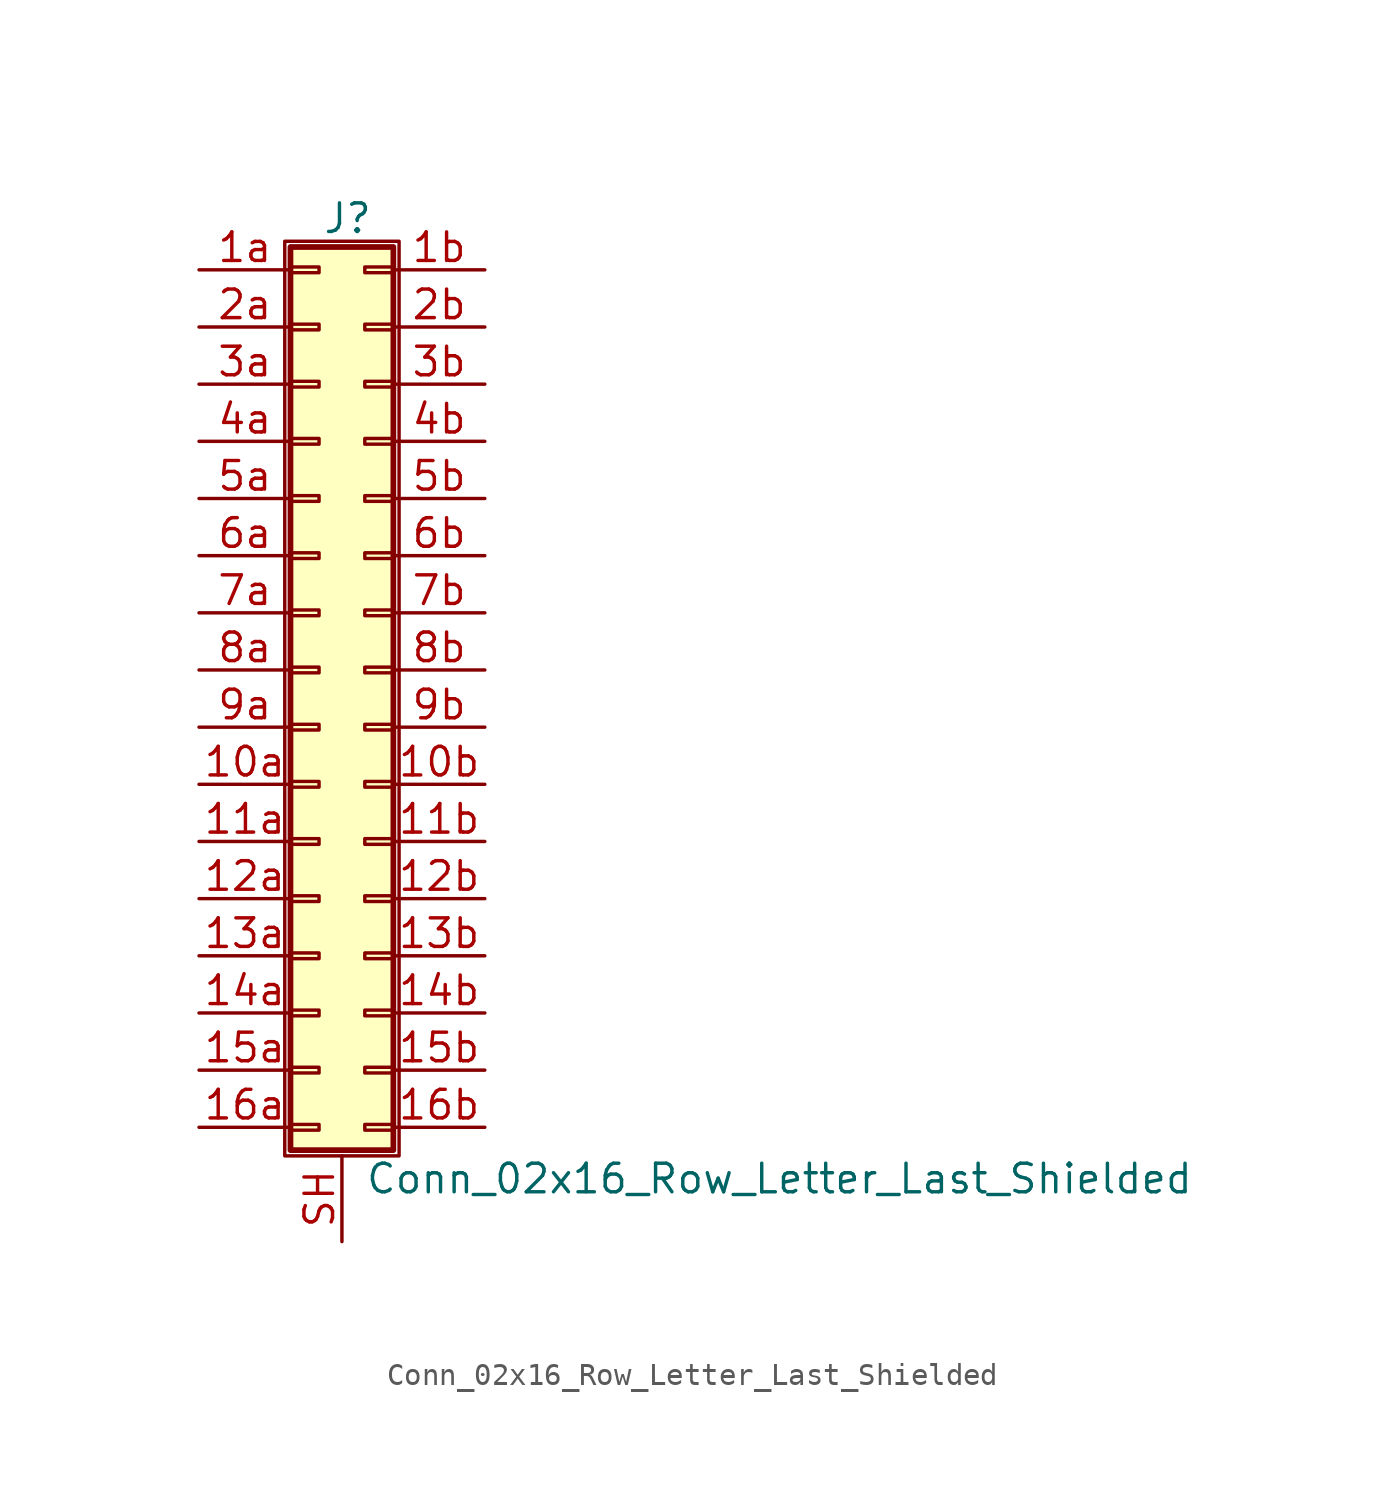
<source format=kicad_sym>
(kicad_symbol_lib
  (version 20220914)
  (generator kicad_symbol_editor)
  (symbol "Conn_02x16_Row_Letter_Last_Shielded"
    (pin_names
      (offset 1.016) hide)
    (property "Reference" "J"
      (at 1.524 20.066 0)
      (effects (font (size 1.27 1.27))))
    (property "Value" "Conn_02x16_Row_Letter_Last_Shielded"
      (at 2.286 -22.606 0)
      (effects (font (size 1.27 1.27)) (justify left)))
    (symbol "Conn_02x16_Row_Letter_Last_Shielded_1_1"
      (rectangle (start -1.27 19.05) (end 3.81 -21.59) (stroke (width 0.152) (type default)) (fill (type none)))
      (rectangle (start -1.016 -20.193) (end 0.254 -20.447) (stroke (width 0.152) (type default)) (fill (type none)))
      (rectangle (start -1.016 -17.653) (end 0.254 -17.907) (stroke (width 0.152) (type default)) (fill (type none)))
      (rectangle (start -1.016 -15.113) (end 0.254 -15.367) (stroke (width 0.152) (type default)) (fill (type none)))
      (rectangle (start -1.016 -12.573) (end 0.254 -12.827) (stroke (width 0.152) (type default)) (fill (type none)))
      (rectangle (start -1.016 -10.033) (end 0.254 -10.287) (stroke (width 0.152) (type default)) (fill (type none)))
      (rectangle (start -1.016 -7.493) (end 0.254 -7.747) (stroke (width 0.152) (type default)) (fill (type none)))
      (rectangle (start -1.016 -4.953) (end 0.254 -5.207) (stroke (width 0.152) (type default)) (fill (type none)))
      (rectangle (start -1.016 -2.413) (end 0.254 -2.667) (stroke (width 0.152) (type default)) (fill (type none)))
      (rectangle (start -1.016 0.127) (end 0.254 -0.127) (stroke (width 0.152) (type default)) (fill (type none)))
      (rectangle (start -1.016 2.667) (end 0.254 2.413) (stroke (width 0.152) (type default)) (fill (type none)))
      (rectangle (start -1.016 5.207) (end 0.254 4.953) (stroke (width 0.152) (type default)) (fill (type none)))
      (rectangle (start -1.016 7.747) (end 0.254 7.493) (stroke (width 0.152) (type default)) (fill (type none)))
      (rectangle (start -1.016 10.287) (end 0.254 10.033) (stroke (width 0.152) (type default)) (fill (type none)))
      (rectangle (start -1.016 12.827) (end 0.254 12.573) (stroke (width 0.152) (type default)) (fill (type none)))
      (rectangle (start -1.016 15.367) (end 0.254 15.113) (stroke (width 0.152) (type default)) (fill (type none)))
      (rectangle (start -1.016 17.907) (end 0.254 17.653) (stroke (width 0.152) (type default)) (fill (type none)))
      (rectangle (start -1.016 18.796) (end 3.556 -21.336) (stroke (width 0.254) (type default)) (fill (type background)))
      (rectangle (start 3.556 -20.193) (end 2.286 -20.447) (stroke (width 0.152) (type default)) (fill (type none)))
      (rectangle (start 3.556 -17.653) (end 2.286 -17.907) (stroke (width 0.152) (type default)) (fill (type none)))
      (rectangle (start 3.556 -15.113) (end 2.286 -15.367) (stroke (width 0.152) (type default)) (fill (type none)))
      (rectangle (start 3.556 -12.573) (end 2.286 -12.827) (stroke (width 0.152) (type default)) (fill (type none)))
      (rectangle (start 3.556 -10.033) (end 2.286 -10.287) (stroke (width 0.152) (type default)) (fill (type none)))
      (rectangle (start 3.556 -7.493) (end 2.286 -7.747) (stroke (width 0.152) (type default)) (fill (type none)))
      (rectangle (start 3.556 -4.953) (end 2.286 -5.207) (stroke (width 0.152) (type default)) (fill (type none)))
      (rectangle (start 3.556 -2.413) (end 2.286 -2.667) (stroke (width 0.152) (type default)) (fill (type none)))
      (rectangle (start 3.556 0.127) (end 2.286 -0.127) (stroke (width 0.152) (type default)) (fill (type none)))
      (rectangle (start 3.556 2.667) (end 2.286 2.413) (stroke (width 0.152) (type default)) (fill (type none)))
      (rectangle (start 3.556 5.207) (end 2.286 4.953) (stroke (width 0.152) (type default)) (fill (type none)))
      (rectangle (start 3.556 7.747) (end 2.286 7.493) (stroke (width 0.152) (type default)) (fill (type none)))
      (rectangle (start 3.556 10.287) (end 2.286 10.033) (stroke (width 0.152) (type default)) (fill (type none)))
      (rectangle (start 3.556 12.827) (end 2.286 12.573) (stroke (width 0.152) (type default)) (fill (type none)))
      (rectangle (start 3.556 15.367) (end 2.286 15.113) (stroke (width 0.152) (type default)) (fill (type none)))
      (rectangle (start 3.556 17.907) (end 2.286 17.653) (stroke (width 0.152) (type default)) (fill (type none)))
      (pin passive line (at -5.08 -5.08 0) (length 4.064) (name "Pin_10a" (effects (font (size 1.27 1.27)))) (number "10a" (effects (font (size 1.27 1.27)))))
      (pin passive line (at 7.62 -5.08 180) (length 4.064) (name "Pin_10b" (effects (font (size 1.27 1.27)))) (number "10b" (effects (font (size 1.27 1.27)))))
      (pin passive line (at -5.08 -7.62 0) (length 4.064) (name "Pin_11a" (effects (font (size 1.27 1.27)))) (number "11a" (effects (font (size 1.27 1.27)))))
      (pin passive line (at 7.62 -7.62 180) (length 4.064) (name "Pin_11b" (effects (font (size 1.27 1.27)))) (number "11b" (effects (font (size 1.27 1.27)))))
      (pin passive line (at -5.08 -10.16 0) (length 4.064) (name "Pin_12a" (effects (font (size 1.27 1.27)))) (number "12a" (effects (font (size 1.27 1.27)))))
      (pin passive line (at 7.62 -10.16 180) (length 4.064) (name "Pin_12b" (effects (font (size 1.27 1.27)))) (number "12b" (effects (font (size 1.27 1.27)))))
      (pin passive line (at -5.08 -12.7 0) (length 4.064) (name "Pin_13a" (effects (font (size 1.27 1.27)))) (number "13a" (effects (font (size 1.27 1.27)))))
      (pin passive line (at 7.62 -12.7 180) (length 4.064) (name "Pin_13b" (effects (font (size 1.27 1.27)))) (number "13b" (effects (font (size 1.27 1.27)))))
      (pin passive line (at -5.08 -15.24 0) (length 4.064) (name "Pin_14a" (effects (font (size 1.27 1.27)))) (number "14a" (effects (font (size 1.27 1.27)))))
      (pin passive line (at 7.62 -15.24 180) (length 4.064) (name "Pin_14b" (effects (font (size 1.27 1.27)))) (number "14b" (effects (font (size 1.27 1.27)))))
      (pin passive line (at -5.08 -17.78 0) (length 4.064) (name "Pin_15a" (effects (font (size 1.27 1.27)))) (number "15a" (effects (font (size 1.27 1.27)))))
      (pin passive line (at 7.62 -17.78 180) (length 4.064) (name "Pin_15b" (effects (font (size 1.27 1.27)))) (number "15b" (effects (font (size 1.27 1.27)))))
      (pin passive line (at -5.08 -20.32 0) (length 4.064) (name "Pin_16a" (effects (font (size 1.27 1.27)))) (number "16a" (effects (font (size 1.27 1.27)))))
      (pin passive line (at 7.62 -20.32 180) (length 4.064) (name "Pin_16b" (effects (font (size 1.27 1.27)))) (number "16b" (effects (font (size 1.27 1.27)))))
      (pin passive line (at -5.08 17.78 0) (length 4.064) (name "Pin_1a" (effects (font (size 1.27 1.27)))) (number "1a" (effects (font (size 1.27 1.27)))))
      (pin passive line (at 7.62 17.78 180) (length 4.064) (name "Pin_1b" (effects (font (size 1.27 1.27)))) (number "1b" (effects (font (size 1.27 1.27)))))
      (pin passive line (at -5.08 15.24 0) (length 4.064) (name "Pin_2a" (effects (font (size 1.27 1.27)))) (number "2a" (effects (font (size 1.27 1.27)))))
      (pin passive line (at 7.62 15.24 180) (length 4.064) (name "Pin_2b" (effects (font (size 1.27 1.27)))) (number "2b" (effects (font (size 1.27 1.27)))))
      (pin passive line (at -5.08 12.7 0) (length 4.064) (name "Pin_3a" (effects (font (size 1.27 1.27)))) (number "3a" (effects (font (size 1.27 1.27)))))
      (pin passive line (at 7.62 12.7 180) (length 4.064) (name "Pin_3b" (effects (font (size 1.27 1.27)))) (number "3b" (effects (font (size 1.27 1.27)))))
      (pin passive line (at -5.08 10.16 0) (length 4.064) (name "Pin_4a" (effects (font (size 1.27 1.27)))) (number "4a" (effects (font (size 1.27 1.27)))))
      (pin passive line (at 7.62 10.16 180) (length 4.064) (name "Pin_4b" (effects (font (size 1.27 1.27)))) (number "4b" (effects (font (size 1.27 1.27)))))
      (pin passive line (at -5.08 7.62 0) (length 4.064) (name "Pin_5a" (effects (font (size 1.27 1.27)))) (number "5a" (effects (font (size 1.27 1.27)))))
      (pin passive line (at 7.62 7.62 180) (length 4.064) (name "Pin_5b" (effects (font (size 1.27 1.27)))) (number "5b" (effects (font (size 1.27 1.27)))))
      (pin passive line (at -5.08 5.08 0) (length 4.064) (name "Pin_6a" (effects (font (size 1.27 1.27)))) (number "6a" (effects (font (size 1.27 1.27)))))
      (pin passive line (at 7.62 5.08 180) (length 4.064) (name "Pin_6b" (effects (font (size 1.27 1.27)))) (number "6b" (effects (font (size 1.27 1.27)))))
      (pin passive line (at -5.08 2.54 0) (length 4.064) (name "Pin_7a" (effects (font (size 1.27 1.27)))) (number "7a" (effects (font (size 1.27 1.27)))))
      (pin passive line (at 7.62 2.54 180) (length 4.064) (name "Pin_7b" (effects (font (size 1.27 1.27)))) (number "7b" (effects (font (size 1.27 1.27)))))
      (pin passive line (at -5.08 0 0) (length 4.064) (name "Pin_8a" (effects (font (size 1.27 1.27)))) (number "8a" (effects (font (size 1.27 1.27)))))
      (pin passive line (at 7.62 0 180) (length 4.064) (name "Pin_8b" (effects (font (size 1.27 1.27)))) (number "8b" (effects (font (size 1.27 1.27)))))
      (pin passive line (at -5.08 -2.54 0) (length 4.064) (name "Pin_9a" (effects (font (size 1.27 1.27)))) (number "9a" (effects (font (size 1.27 1.27)))))
      (pin passive line (at 7.62 -2.54 180) (length 4.064) (name "Pin_9b" (effects (font (size 1.27 1.27)))) (number "9b" (effects (font (size 1.27 1.27)))))
      (pin passive line (at 1.27 -25.4 90) (length 3.81) (name "Shield" (effects (font (size 1.27 1.27)))) (number "SH" (effects (font (size 1.27 1.27))))))))
</source>
